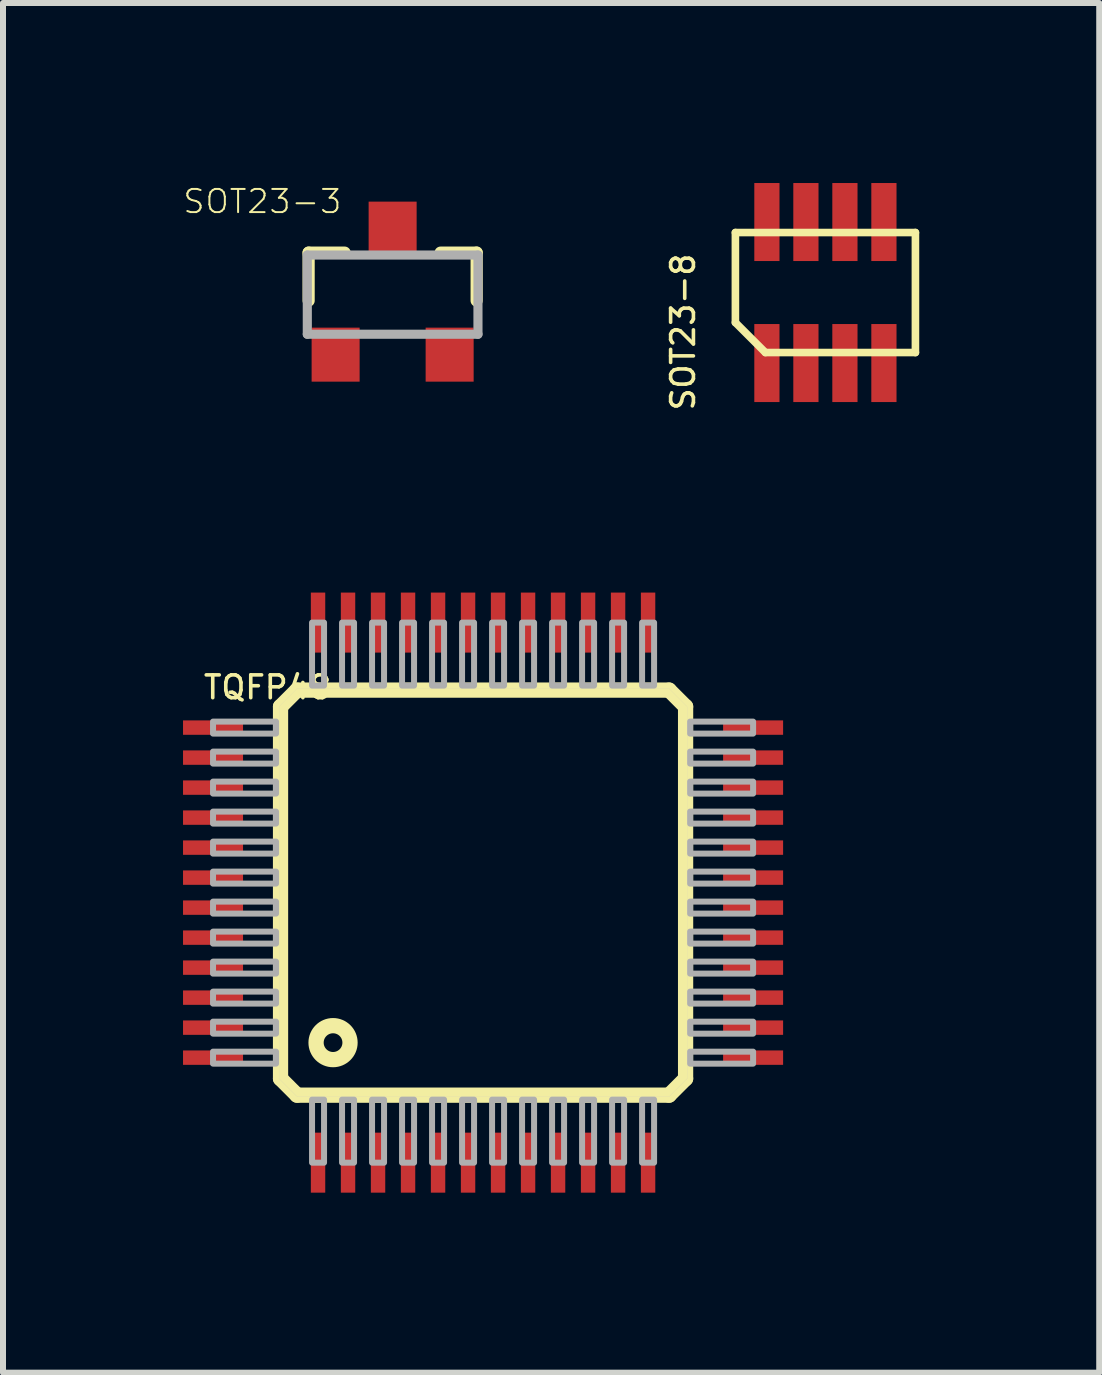
<source format=kicad_pcb>
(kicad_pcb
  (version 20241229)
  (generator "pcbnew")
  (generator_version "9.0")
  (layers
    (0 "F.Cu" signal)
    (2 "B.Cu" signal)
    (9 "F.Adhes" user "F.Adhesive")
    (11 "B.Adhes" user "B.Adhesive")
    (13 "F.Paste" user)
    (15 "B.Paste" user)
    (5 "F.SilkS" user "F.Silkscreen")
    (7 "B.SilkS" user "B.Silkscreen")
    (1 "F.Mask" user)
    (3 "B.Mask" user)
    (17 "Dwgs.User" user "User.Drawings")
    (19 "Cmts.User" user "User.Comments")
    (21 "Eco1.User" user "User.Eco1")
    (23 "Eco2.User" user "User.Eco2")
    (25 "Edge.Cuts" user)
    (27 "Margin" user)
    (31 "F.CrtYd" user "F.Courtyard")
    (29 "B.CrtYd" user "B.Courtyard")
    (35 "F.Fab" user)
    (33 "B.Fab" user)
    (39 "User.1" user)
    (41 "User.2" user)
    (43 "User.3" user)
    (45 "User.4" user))
  (footprint "SOT23-8"
    (layer "F.Cu")
    (at 10.705 1.825)
    (property "Reference" "SOT23-8" (at -2.15 2 90) (layer "F.SilkS") (effects (font (size 0.38 0.38) (thickness 0.06)) (justify left bottom)))
    (attr through_hole)
    (fp_line (start -1.5 -1) (end 1.5 -1) (stroke (width 0.127) (type solid)) (layer "F.SilkS"))
    (fp_line (start -1.5 0.5) (end -1.5 -1) (stroke (width 0.127) (type solid)) (layer "F.SilkS"))
    (fp_line (start -1 1) (end -1.5 0.5) (stroke (width 0.127) (type solid)) (layer "F.SilkS"))
    (fp_line (start 1.5 -1) (end 1.5 1) (stroke (width 0.127) (type solid)) (layer "F.SilkS"))
    (fp_line (start 1.5 1) (end -1 1) (stroke (width 0.127) (type solid)) (layer "F.SilkS"))
    (pad "1" smd rect (at -0.975 1.175) (size 0.42 1.3) (layers "F.Cu" "F.Mask" "F.Paste"))
    (pad "2" smd rect (at -0.325 1.175) (size 0.42 1.3) (layers "F.Cu" "F.Mask" "F.Paste"))
    (pad "3" smd rect (at 0.325 1.175) (size 0.42 1.3) (layers "F.Cu" "F.Mask" "F.Paste"))
    (pad "4" smd rect (at 0.975 1.175) (size 0.42 1.3) (layers "F.Cu" "F.Mask" "F.Paste"))
    (pad "5" smd rect (at 0.975 -1.175 180) (size 0.42 1.3) (layers "F.Cu" "F.Mask" "F.Paste"))
    (pad "6" smd rect (at 0.325 -1.175 180) (size 0.42 1.3) (layers "F.Cu" "F.Mask" "F.Paste"))
    (pad "7" smd rect (at -0.325 -1.175 180) (size 0.42 1.3) (layers "F.Cu" "F.Mask" "F.Paste"))
    (pad "8" smd rect (at -0.975 -1.175 180) (size 0.42 1.3) (layers "F.Cu" "F.Mask" "F.Paste")))
  (footprint "SOT23-3"
    (layer "F.Cu")
    (at 3.493 1.86)
    (property "Reference" "SOT23-3" (at -0.826 -1.778 0) (layer "F.SilkS") (effects (font (size 0.386 0.386) (thickness 0.033)) (justify right top)))
    (attr through_hole)
    (fp_line (start -1.4 -0.7) (end -1.4 0.1) (stroke (width 0.203) (type solid)) (layer "F.SilkS"))
    (fp_line (start -0.8 -0.7) (end -1.4 -0.7) (stroke (width 0.203) (type solid)) (layer "F.SilkS"))
    (fp_line (start 0.8 -0.7) (end 1.4 -0.7) (stroke (width 0.203) (type solid)) (layer "F.SilkS"))
    (fp_line (start 1.4 -0.7) (end 1.4 0.1) (stroke (width 0.203) (type solid)) (layer "F.SilkS"))
    (fp_line (start -1.422 -0.66) (end 1.422 -0.66) (stroke (width 0.152) (type solid)) (layer "F.Fab"))
    (fp_line (start -1.422 0.66) (end -1.422 -0.66) (stroke (width 0.152) (type solid)) (layer "F.Fab"))
    (fp_line (start 1.422 -0.66) (end 1.422 0.66) (stroke (width 0.152) (type solid)) (layer "F.Fab"))
    (fp_line (start 1.422 0.66) (end -1.422 0.66) (stroke (width 0.152) (type solid)) (layer "F.Fab"))
    (pad "1" smd rect (at -0.95 1) (size 0.8 0.9) (layers "F.Cu" "F.Mask" "F.Paste"))
    (pad "2" smd rect (at 0.95 1) (size 0.8 0.9) (layers "F.Cu" "F.Mask" "F.Paste"))
    (pad "3" smd rect (at 0 -1.1) (size 0.8 0.9) (layers "F.Cu" "F.Mask" "F.Paste")))
  (footprint "TQFP48"
    (layer "F.Cu")
    (at 5 11.825)
    (property "Reference" "TQFP48" (at -4.689 -3.199 0) (layer "F.SilkS") (effects (font (size 0.38 0.38) (thickness 0.06)) (justify left bottom)))
    (attr through_hole)
    (fp_line (start -3.375 -3.1) (end -3.1 -3.375) (stroke (width 0.254) (type solid)) (layer "F.SilkS"))
    (fp_line (start -3.375 3.1) (end -3.375 -3.1) (stroke (width 0.254) (type solid)) (layer "F.SilkS"))
    (fp_line (start -3.1 -3.375) (end 3.1 -3.375) (stroke (width 0.254) (type solid)) (layer "F.SilkS"))
    (fp_line (start -3.1 3.375) (end -3.375 3.1) (stroke (width 0.254) (type solid)) (layer "F.SilkS"))
    (fp_line (start 3.1 -3.375) (end 3.375 -3.1) (stroke (width 0.254) (type solid)) (layer "F.SilkS"))
    (fp_line (start 3.1 3.375) (end -3.1 3.375) (stroke (width 0.254) (type solid)) (layer "F.SilkS"))
    (fp_line (start 3.375 -3.1) (end 3.375 3.1) (stroke (width 0.254) (type solid)) (layer "F.SilkS"))
    (fp_line (start 3.375 3.1) (end 3.1 3.375) (stroke (width 0.254) (type solid)) (layer "F.SilkS"))
    (fp_circle (center -2.5 2.5) (end -2.217 2.5) (stroke (width 0.254) (type solid)) (fill no) (layer "F.SilkS"))
    (fp_line (start -3.4 -3.1) (end -3.1 -3.4) (stroke (width 0.002) (type solid)) (layer "Dwgs.User"))
    (fp_line (start -3.4 3.1) (end -3.4 -3.1) (stroke (width 0.002) (type solid)) (layer "Dwgs.User"))
    (fp_line (start -3.1 -3.4) (end 3.1 -3.4) (stroke (width 0.002) (type solid)) (layer "Dwgs.User"))
    (fp_line (start -3.1 3.4) (end -3.4 3.1) (stroke (width 0.002) (type solid)) (layer "Dwgs.User"))
    (fp_line (start 3.1 -3.4) (end 3.4 -3.1) (stroke (width 0.002) (type solid)) (layer "Dwgs.User"))
    (fp_line (start 3.1 3.4) (end -3.1 3.4) (stroke (width 0.002) (type solid)) (layer "Dwgs.User"))
    (fp_line (start 3.4 -3.1) (end 3.4 3.1) (stroke (width 0.002) (type solid)) (layer "Dwgs.User"))
    (fp_line (start 3.4 3.1) (end 3.1 3.4) (stroke (width 0.002) (type solid)) (layer "Dwgs.User"))
    (fp_poly (pts (xy -4.5 -2.65) (xy -3.45 -2.65) (xy -3.45 -2.85) (xy -4.5 -2.85)) (stroke (width 0.1) (type solid)) (fill no) (layer "F.Fab"))
    (fp_poly (pts (xy -4.5 -2.15) (xy -3.45 -2.15) (xy -3.45 -2.35) (xy -4.5 -2.35)) (stroke (width 0.1) (type solid)) (fill no) (layer "F.Fab"))
    (fp_poly (pts (xy -4.5 -1.65) (xy -3.45 -1.65) (xy -3.45 -1.85) (xy -4.5 -1.85)) (stroke (width 0.1) (type solid)) (fill no) (layer "F.Fab"))
    (fp_poly (pts (xy -4.5 -1.15) (xy -3.45 -1.15) (xy -3.45 -1.35) (xy -4.5 -1.35)) (stroke (width 0.1) (type solid)) (fill no) (layer "F.Fab"))
    (fp_poly (pts (xy -4.5 -0.65) (xy -3.45 -0.65) (xy -3.45 -0.85) (xy -4.5 -0.85)) (stroke (width 0.1) (type solid)) (fill no) (layer "F.Fab"))
    (fp_poly (pts (xy -4.5 -0.15) (xy -3.45 -0.15) (xy -3.45 -0.35) (xy -4.5 -0.35)) (stroke (width 0.1) (type solid)) (fill no) (layer "F.Fab"))
    (fp_poly (pts (xy -4.5 0.35) (xy -3.45 0.35) (xy -3.45 0.15) (xy -4.5 0.15)) (stroke (width 0.1) (type solid)) (fill no) (layer "F.Fab"))
    (fp_poly (pts (xy -4.5 0.85) (xy -3.45 0.85) (xy -3.45 0.65) (xy -4.5 0.65)) (stroke (width 0.1) (type solid)) (fill no) (layer "F.Fab"))
    (fp_poly (pts (xy -4.5 1.35) (xy -3.45 1.35) (xy -3.45 1.15) (xy -4.5 1.15)) (stroke (width 0.1) (type solid)) (fill no) (layer "F.Fab"))
    (fp_poly (pts (xy -4.5 1.85) (xy -3.45 1.85) (xy -3.45 1.65) (xy -4.5 1.65)) (stroke (width 0.1) (type solid)) (fill no) (layer "F.Fab"))
    (fp_poly (pts (xy -4.5 2.35) (xy -3.45 2.35) (xy -3.45 2.15) (xy -4.5 2.15)) (stroke (width 0.1) (type solid)) (fill no) (layer "F.Fab"))
    (fp_poly (pts (xy -4.5 2.85) (xy -3.45 2.85) (xy -3.45 2.65) (xy -4.5 2.65)) (stroke (width 0.1) (type solid)) (fill no) (layer "F.Fab"))
    (fp_poly (pts (xy -2.85 -3.45) (xy -2.65 -3.45) (xy -2.65 -4.5) (xy -2.85 -4.5)) (stroke (width 0.1) (type solid)) (fill no) (layer "F.Fab"))
    (fp_poly (pts (xy -2.85 4.5) (xy -2.65 4.5) (xy -2.65 3.45) (xy -2.85 3.45)) (stroke (width 0.1) (type solid)) (fill no) (layer "F.Fab"))
    (fp_poly (pts (xy -2.35 -3.45) (xy -2.15 -3.45) (xy -2.15 -4.5) (xy -2.35 -4.5)) (stroke (width 0.1) (type solid)) (fill no) (layer "F.Fab"))
    (fp_poly (pts (xy -2.35 4.5) (xy -2.15 4.5) (xy -2.15 3.45) (xy -2.35 3.45)) (stroke (width 0.1) (type solid)) (fill no) (layer "F.Fab"))
    (fp_poly (pts (xy -1.85 -3.45) (xy -1.65 -3.45) (xy -1.65 -4.5) (xy -1.85 -4.5)) (stroke (width 0.1) (type solid)) (fill no) (layer "F.Fab"))
    (fp_poly (pts (xy -1.85 4.5) (xy -1.65 4.5) (xy -1.65 3.45) (xy -1.85 3.45)) (stroke (width 0.1) (type solid)) (fill no) (layer "F.Fab"))
    (fp_poly (pts (xy -1.35 -3.45) (xy -1.15 -3.45) (xy -1.15 -4.5) (xy -1.35 -4.5)) (stroke (width 0.1) (type solid)) (fill no) (layer "F.Fab"))
    (fp_poly (pts (xy -1.35 4.5) (xy -1.15 4.5) (xy -1.15 3.45) (xy -1.35 3.45)) (stroke (width 0.1) (type solid)) (fill no) (layer "F.Fab"))
    (fp_poly (pts (xy -0.85 -3.45) (xy -0.65 -3.45) (xy -0.65 -4.5) (xy -0.85 -4.5)) (stroke (width 0.1) (type solid)) (fill no) (layer "F.Fab"))
    (fp_poly (pts (xy -0.85 4.5) (xy -0.65 4.5) (xy -0.65 3.45) (xy -0.85 3.45)) (stroke (width 0.1) (type solid)) (fill no) (layer "F.Fab"))
    (fp_poly (pts (xy -0.35 -3.45) (xy -0.15 -3.45) (xy -0.15 -4.5) (xy -0.35 -4.5)) (stroke (width 0.1) (type solid)) (fill no) (layer "F.Fab"))
    (fp_poly (pts (xy -0.35 4.5) (xy -0.15 4.5) (xy -0.15 3.45) (xy -0.35 3.45)) (stroke (width 0.1) (type solid)) (fill no) (layer "F.Fab"))
    (fp_poly (pts (xy 0.15 -3.45) (xy 0.35 -3.45) (xy 0.35 -4.5) (xy 0.15 -4.5)) (stroke (width 0.1) (type solid)) (fill no) (layer "F.Fab"))
    (fp_poly (pts (xy 0.15 4.5) (xy 0.35 4.5) (xy 0.35 3.45) (xy 0.15 3.45)) (stroke (width 0.1) (type solid)) (fill no) (layer "F.Fab"))
    (fp_poly (pts (xy 0.65 -3.45) (xy 0.85 -3.45) (xy 0.85 -4.5) (xy 0.65 -4.5)) (stroke (width 0.1) (type solid)) (fill no) (layer "F.Fab"))
    (fp_poly (pts (xy 0.65 4.5) (xy 0.85 4.5) (xy 0.85 3.45) (xy 0.65 3.45)) (stroke (width 0.1) (type solid)) (fill no) (layer "F.Fab"))
    (fp_poly (pts (xy 1.15 -3.45) (xy 1.35 -3.45) (xy 1.35 -4.5) (xy 1.15 -4.5)) (stroke (width 0.1) (type solid)) (fill no) (layer "F.Fab"))
    (fp_poly (pts (xy 1.15 4.5) (xy 1.35 4.5) (xy 1.35 3.45) (xy 1.15 3.45)) (stroke (width 0.1) (type solid)) (fill no) (layer "F.Fab"))
    (fp_poly (pts (xy 1.65 -3.45) (xy 1.85 -3.45) (xy 1.85 -4.5) (xy 1.65 -4.5)) (stroke (width 0.1) (type solid)) (fill no) (layer "F.Fab"))
    (fp_poly (pts (xy 1.65 4.5) (xy 1.85 4.5) (xy 1.85 3.45) (xy 1.65 3.45)) (stroke (width 0.1) (type solid)) (fill no) (layer "F.Fab"))
    (fp_poly (pts (xy 2.15 -3.45) (xy 2.35 -3.45) (xy 2.35 -4.5) (xy 2.15 -4.5)) (stroke (width 0.1) (type solid)) (fill no) (layer "F.Fab"))
    (fp_poly (pts (xy 2.15 4.5) (xy 2.35 4.5) (xy 2.35 3.45) (xy 2.15 3.45)) (stroke (width 0.1) (type solid)) (fill no) (layer "F.Fab"))
    (fp_poly (pts (xy 2.65 -3.45) (xy 2.85 -3.45) (xy 2.85 -4.5) (xy 2.65 -4.5)) (stroke (width 0.1) (type solid)) (fill no) (layer "F.Fab"))
    (fp_poly (pts (xy 2.65 4.5) (xy 2.85 4.5) (xy 2.85 3.45) (xy 2.65 3.45)) (stroke (width 0.1) (type solid)) (fill no) (layer "F.Fab"))
    (fp_poly (pts (xy 3.45 -2.65) (xy 4.5 -2.65) (xy 4.5 -2.85) (xy 3.45 -2.85)) (stroke (width 0.1) (type solid)) (fill no) (layer "F.Fab"))
    (fp_poly (pts (xy 3.45 -2.15) (xy 4.5 -2.15) (xy 4.5 -2.35) (xy 3.45 -2.35)) (stroke (width 0.1) (type solid)) (fill no) (layer "F.Fab"))
    (fp_poly (pts (xy 3.45 -1.65) (xy 4.5 -1.65) (xy 4.5 -1.85) (xy 3.45 -1.85)) (stroke (width 0.1) (type solid)) (fill no) (layer "F.Fab"))
    (fp_poly (pts (xy 3.45 -1.15) (xy 4.5 -1.15) (xy 4.5 -1.35) (xy 3.45 -1.35)) (stroke (width 0.1) (type solid)) (fill no) (layer "F.Fab"))
    (fp_poly (pts (xy 3.45 -0.65) (xy 4.5 -0.65) (xy 4.5 -0.85) (xy 3.45 -0.85)) (stroke (width 0.1) (type solid)) (fill no) (layer "F.Fab"))
    (fp_poly (pts (xy 3.45 -0.15) (xy 4.5 -0.15) (xy 4.5 -0.35) (xy 3.45 -0.35)) (stroke (width 0.1) (type solid)) (fill no) (layer "F.Fab"))
    (fp_poly (pts (xy 3.45 0.35) (xy 4.5 0.35) (xy 4.5 0.15) (xy 3.45 0.15)) (stroke (width 0.1) (type solid)) (fill no) (layer "F.Fab"))
    (fp_poly (pts (xy 3.45 0.85) (xy 4.5 0.85) (xy 4.5 0.65) (xy 3.45 0.65)) (stroke (width 0.1) (type solid)) (fill no) (layer "F.Fab"))
    (fp_poly (pts (xy 3.45 1.35) (xy 4.5 1.35) (xy 4.5 1.15) (xy 3.45 1.15)) (stroke (width 0.1) (type solid)) (fill no) (layer "F.Fab"))
    (fp_poly (pts (xy 3.45 1.85) (xy 4.5 1.85) (xy 4.5 1.65) (xy 3.45 1.65)) (stroke (width 0.1) (type solid)) (fill no) (layer "F.Fab"))
    (fp_poly (pts (xy 3.45 2.35) (xy 4.5 2.35) (xy 4.5 2.15) (xy 3.45 2.15)) (stroke (width 0.1) (type solid)) (fill no) (layer "F.Fab"))
    (fp_poly (pts (xy 3.45 2.85) (xy 4.5 2.85) (xy 4.5 2.65) (xy 3.45 2.65)) (stroke (width 0.1) (type solid)) (fill no) (layer "F.Fab"))
    (pad "1" smd rect (at -2.75 4.5) (size 0.24 1) (layers "F.Cu" "F.Mask" "F.Paste"))
    (pad "2" smd rect (at -2.25 4.5) (size 0.24 1) (layers "F.Cu" "F.Mask" "F.Paste"))
    (pad "3" smd rect (at -1.75 4.5) (size 0.24 1) (layers "F.Cu" "F.Mask" "F.Paste"))
    (pad "4" smd rect (at -1.25 4.5) (size 0.24 1) (layers "F.Cu" "F.Mask" "F.Paste"))
    (pad "5" smd rect (at -0.75 4.5) (size 0.24 1) (layers "F.Cu" "F.Mask" "F.Paste"))
    (pad "6" smd rect (at -0.25 4.5) (size 0.24 1) (layers "F.Cu" "F.Mask" "F.Paste"))
    (pad "7" smd rect (at 0.25 4.5) (size 0.24 1) (layers "F.Cu" "F.Mask" "F.Paste"))
    (pad "8" smd rect (at 0.75 4.5) (size 0.24 1) (layers "F.Cu" "F.Mask" "F.Paste"))
    (pad "9" smd rect (at 1.25 4.5) (size 0.24 1) (layers "F.Cu" "F.Mask" "F.Paste"))
    (pad "10" smd rect (at 1.75 4.5) (size 0.24 1) (layers "F.Cu" "F.Mask" "F.Paste"))
    (pad "11" smd rect (at 2.25 4.5) (size 0.24 1) (layers "F.Cu" "F.Mask" "F.Paste"))
    (pad "12" smd rect (at 2.75 4.5) (size 0.24 1) (layers "F.Cu" "F.Mask" "F.Paste"))
    (pad "13" smd rect (at 4.5 2.75) (size 1 0.24) (layers "F.Cu" "F.Mask" "F.Paste"))
    (pad "14" smd rect (at 4.5 2.25) (size 1 0.24) (layers "F.Cu" "F.Mask" "F.Paste"))
    (pad "15" smd rect (at 4.5 1.75) (size 1 0.24) (layers "F.Cu" "F.Mask" "F.Paste"))
    (pad "16" smd rect (at 4.5 1.25) (size 1 0.24) (layers "F.Cu" "F.Mask" "F.Paste"))
    (pad "17" smd rect (at 4.5 0.75) (size 1 0.24) (layers "F.Cu" "F.Mask" "F.Paste"))
    (pad "18" smd rect (at 4.5 0.25) (size 1 0.24) (layers "F.Cu" "F.Mask" "F.Paste"))
    (pad "19" smd rect (at 4.5 -0.25) (size 1 0.24) (layers "F.Cu" "F.Mask" "F.Paste"))
    (pad "20" smd rect (at 4.5 -0.75) (size 1 0.24) (layers "F.Cu" "F.Mask" "F.Paste"))
    (pad "21" smd rect (at 4.5 -1.25) (size 1 0.24) (layers "F.Cu" "F.Mask" "F.Paste"))
    (pad "22" smd rect (at 4.5 -1.75) (size 1 0.24) (layers "F.Cu" "F.Mask" "F.Paste"))
    (pad "23" smd rect (at 4.5 -2.25) (size 1 0.24) (layers "F.Cu" "F.Mask" "F.Paste"))
    (pad "24" smd rect (at 4.5 -2.75) (size 1 0.24) (layers "F.Cu" "F.Mask" "F.Paste"))
    (pad "25" smd rect (at 2.75 -4.5) (size 0.24 1) (layers "F.Cu" "F.Mask" "F.Paste"))
    (pad "26" smd rect (at 2.25 -4.5) (size 0.24 1) (layers "F.Cu" "F.Mask" "F.Paste"))
    (pad "27" smd rect (at 1.75 -4.5) (size 0.24 1) (layers "F.Cu" "F.Mask" "F.Paste"))
    (pad "28" smd rect (at 1.25 -4.5) (size 0.24 1) (layers "F.Cu" "F.Mask" "F.Paste"))
    (pad "29" smd rect (at 0.75 -4.5) (size 0.24 1) (layers "F.Cu" "F.Mask" "F.Paste"))
    (pad "30" smd rect (at 0.25 -4.5) (size 0.24 1) (layers "F.Cu" "F.Mask" "F.Paste"))
    (pad "31" smd rect (at -0.25 -4.5) (size 0.24 1) (layers "F.Cu" "F.Mask" "F.Paste"))
    (pad "32" smd rect (at -0.75 -4.5) (size 0.24 1) (layers "F.Cu" "F.Mask" "F.Paste"))
    (pad "33" smd rect (at -1.25 -4.5) (size 0.24 1) (layers "F.Cu" "F.Mask" "F.Paste"))
    (pad "34" smd rect (at -1.75 -4.5) (size 0.24 1) (layers "F.Cu" "F.Mask" "F.Paste"))
    (pad "35" smd rect (at -2.25 -4.5) (size 0.24 1) (layers "F.Cu" "F.Mask" "F.Paste"))
    (pad "36" smd rect (at -2.75 -4.5) (size 0.24 1) (layers "F.Cu" "F.Mask" "F.Paste"))
    (pad "37" smd rect (at -4.5 -2.75) (size 1 0.24) (layers "F.Cu" "F.Mask" "F.Paste"))
    (pad "38" smd rect (at -4.5 -2.25) (size 1 0.24) (layers "F.Cu" "F.Mask" "F.Paste"))
    (pad "39" smd rect (at -4.5 -1.75) (size 1 0.24) (layers "F.Cu" "F.Mask" "F.Paste"))
    (pad "40" smd rect (at -4.5 -1.25) (size 1 0.24) (layers "F.Cu" "F.Mask" "F.Paste"))
    (pad "41" smd rect (at -4.5 -0.75) (size 1 0.24) (layers "F.Cu" "F.Mask" "F.Paste"))
    (pad "42" smd rect (at -4.5 -0.25) (size 1 0.24) (layers "F.Cu" "F.Mask" "F.Paste"))
    (pad "43" smd rect (at -4.5 0.25) (size 1 0.24) (layers "F.Cu" "F.Mask" "F.Paste"))
    (pad "44" smd rect (at -4.5 0.75) (size 1 0.24) (layers "F.Cu" "F.Mask" "F.Paste"))
    (pad "45" smd rect (at -4.5 1.25) (size 1 0.24) (layers "F.Cu" "F.Mask" "F.Paste"))
    (pad "46" smd rect (at -4.5 1.75) (size 1 0.24) (layers "F.Cu" "F.Mask" "F.Paste"))
    (pad "47" smd rect (at -4.5 2.25) (size 1 0.24) (layers "F.Cu" "F.Mask" "F.Paste"))
    (pad "48" smd rect (at -4.5 2.75) (size 1 0.24) (layers "F.Cu" "F.Mask" "F.Paste")))
  (gr_rect
    (start -3 -3)
    (end 15.268 19.825)
    (stroke (width 0.1) (type default))
    (fill no)
    (layer "Edge.Cuts")))
</source>
